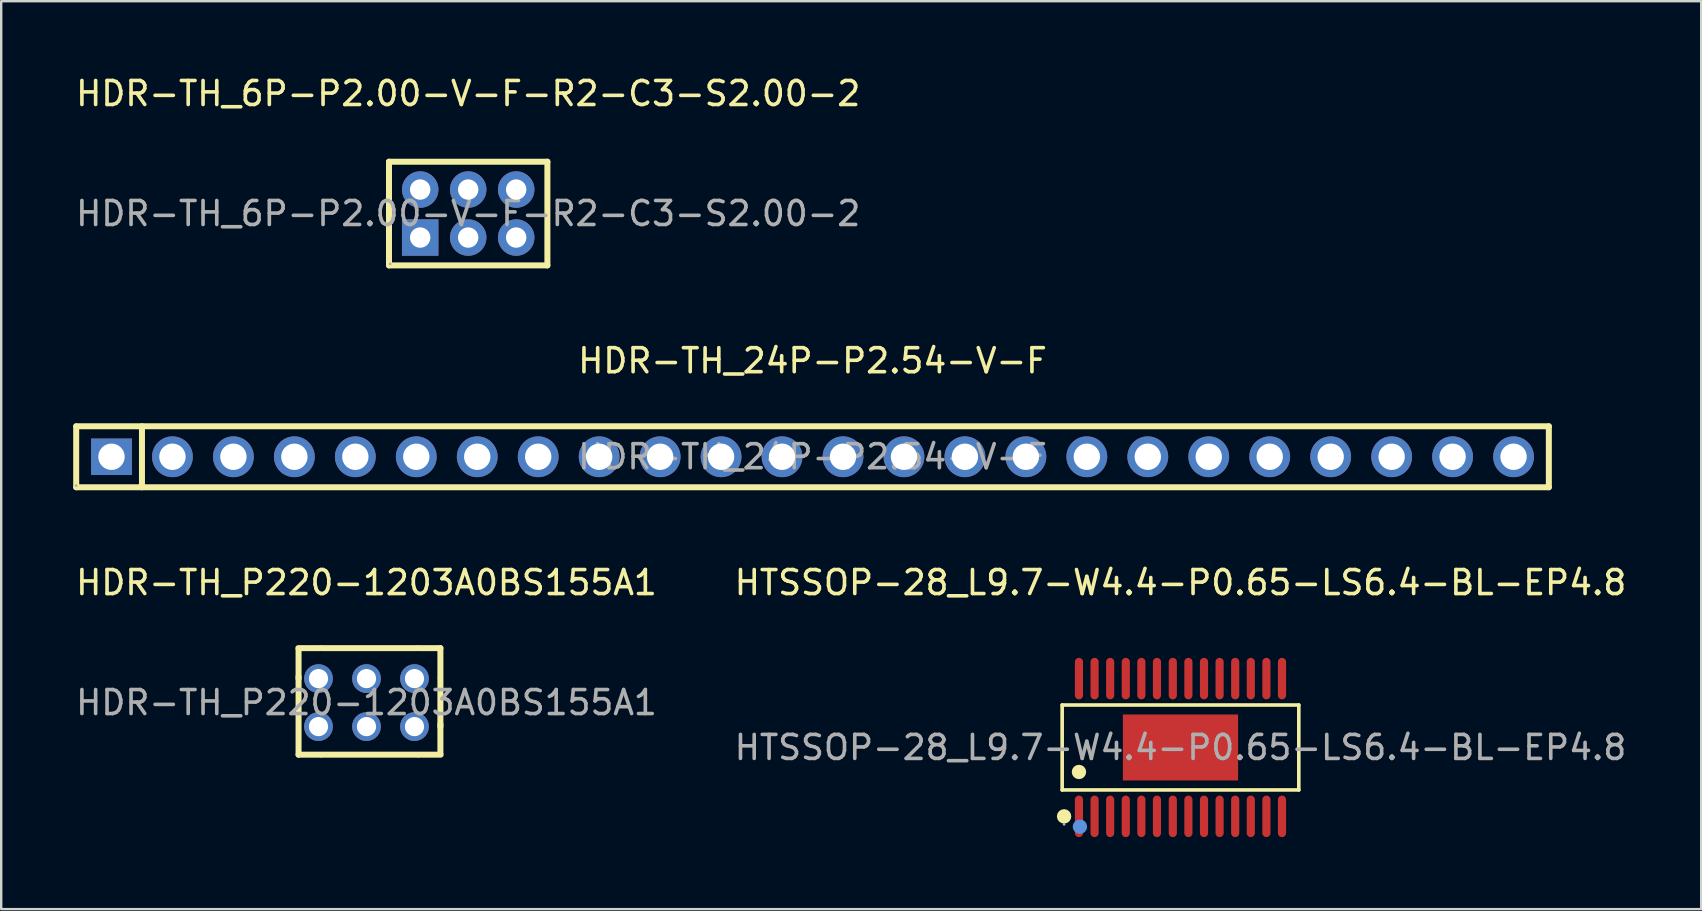
<source format=kicad_pcb>
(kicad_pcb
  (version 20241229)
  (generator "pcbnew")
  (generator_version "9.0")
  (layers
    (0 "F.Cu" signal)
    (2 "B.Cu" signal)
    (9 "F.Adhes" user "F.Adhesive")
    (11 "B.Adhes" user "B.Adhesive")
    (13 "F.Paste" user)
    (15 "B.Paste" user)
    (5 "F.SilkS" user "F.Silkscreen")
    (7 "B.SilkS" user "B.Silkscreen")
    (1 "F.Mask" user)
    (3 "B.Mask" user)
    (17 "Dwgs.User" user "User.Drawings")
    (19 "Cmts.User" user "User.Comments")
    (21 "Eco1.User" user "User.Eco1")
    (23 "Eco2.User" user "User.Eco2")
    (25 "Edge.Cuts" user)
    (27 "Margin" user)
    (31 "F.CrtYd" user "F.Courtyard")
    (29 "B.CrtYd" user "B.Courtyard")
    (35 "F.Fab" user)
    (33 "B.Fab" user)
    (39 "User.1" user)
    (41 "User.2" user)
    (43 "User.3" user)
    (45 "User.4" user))
  (footprint "HDR-TH_24P-P2.54-V-F"
    (layer "F.Cu")
    (at 30.805 15.982)
    (property "Reference" "HDR-TH_24P-P2.54-V-F" (at 0 -4 0) (layer "F.SilkS") (effects (font (size 1 1) (thickness 0.15))))
    (attr through_hole)
    (fp_line (start -30.68 -1.27) (end -30.68 1.27) (stroke (width 0.25) (type solid)) (layer "F.SilkS"))
    (fp_line (start -30.68 -1.27) (end 30.68 -1.27) (stroke (width 0.25) (type solid)) (layer "F.SilkS"))
    (fp_line (start -30.68 1.27) (end 30.68 1.27) (stroke (width 0.25) (type solid)) (layer "F.SilkS"))
    (fp_line (start -27.94 -1.27) (end -27.94 1.27) (stroke (width 0.25) (type solid)) (layer "F.SilkS"))
    (fp_line (start 30.68 -1.27) (end 30.68 1.27) (stroke (width 0.25) (type solid)) (layer "F.SilkS"))
    (fp_circle (center -30.68 1.2) (end -30.65 1.2) (stroke (width 0.06) (type solid)) (fill no) (layer "F.Fab"))
    (fp_text user "${REFERENCE}" (at 0 0 0) (layer "F.Fab") (effects (font (size 1 1) (thickness 0.15))))
    (pad "1" thru_hole rect (at -29.21 0) (size 1.7 1.52) (drill 1.1) (layers "*.Cu" "*.Mask"))
    (pad "2" thru_hole circle (at -26.67 0) (size 1.7 1.7) (drill 1.1) (layers "*.Cu" "*.Mask"))
    (pad "3" thru_hole circle (at -24.13 0) (size 1.7 1.7) (drill 1.1) (layers "*.Cu" "*.Mask"))
    (pad "4" thru_hole circle (at -21.59 0) (size 1.7 1.7) (drill 1.1) (layers "*.Cu" "*.Mask"))
    (pad "5" thru_hole circle (at -19.05 0) (size 1.7 1.7) (drill 1.1) (layers "*.Cu" "*.Mask"))
    (pad "6" thru_hole circle (at -16.51 0) (size 1.7 1.7) (drill 1.1) (layers "*.Cu" "*.Mask"))
    (pad "7" thru_hole circle (at -13.97 0) (size 1.7 1.7) (drill 1.1) (layers "*.Cu" "*.Mask"))
    (pad "8" thru_hole circle (at -11.43 0) (size 1.7 1.7) (drill 1.1) (layers "*.Cu" "*.Mask"))
    (pad "9" thru_hole circle (at -8.89 0) (size 1.7 1.7) (drill 1.1) (layers "*.Cu" "*.Mask"))
    (pad "10" thru_hole circle (at -6.35 0) (size 1.7 1.7) (drill 1.1) (layers "*.Cu" "*.Mask"))
    (pad "11" thru_hole circle (at -3.81 0) (size 1.7 1.7) (drill 1.1) (layers "*.Cu" "*.Mask"))
    (pad "12" thru_hole circle (at -1.27 0) (size 1.7 1.7) (drill 1.1) (layers "*.Cu" "*.Mask"))
    (pad "13" thru_hole circle (at 1.27 0) (size 1.7 1.7) (drill 1.1) (layers "*.Cu" "*.Mask"))
    (pad "14" thru_hole circle (at 3.81 0) (size 1.7 1.7) (drill 1.1) (layers "*.Cu" "*.Mask"))
    (pad "15" thru_hole circle (at 6.35 0) (size 1.7 1.7) (drill 1.1) (layers "*.Cu" "*.Mask"))
    (pad "16" thru_hole circle (at 8.89 0) (size 1.7 1.7) (drill 1.1) (layers "*.Cu" "*.Mask"))
    (pad "17" thru_hole circle (at 11.43 0) (size 1.7 1.7) (drill 1.1) (layers "*.Cu" "*.Mask"))
    (pad "18" thru_hole circle (at 13.97 0) (size 1.7 1.7) (drill 1.1) (layers "*.Cu" "*.Mask"))
    (pad "19" thru_hole circle (at 16.51 0) (size 1.7 1.7) (drill 1.1) (layers "*.Cu" "*.Mask"))
    (pad "20" thru_hole circle (at 19.05 0) (size 1.7 1.7) (drill 1.1) (layers "*.Cu" "*.Mask"))
    (pad "21" thru_hole circle (at 21.59 0) (size 1.7 1.7) (drill 1.1) (layers "*.Cu" "*.Mask"))
    (pad "22" thru_hole circle (at 24.13 0) (size 1.7 1.7) (drill 1.1) (layers "*.Cu" "*.Mask"))
    (pad "23" thru_hole circle (at 26.67 0) (size 1.7 1.7) (drill 1.1) (layers "*.Cu" "*.Mask"))
    (pad "24" thru_hole circle (at 29.21 0) (size 1.7 1.7) (drill 1.1) (layers "*.Cu" "*.Mask")))
  (footprint "HDR-TH_6P-P2.00-V-F-R2-C3-S2.00-2"
    (layer "F.Cu")
    (at 16.458 5.848)
    (property "Reference" "HDR-TH_6P-P2.00-V-F-R2-C3-S2.00-2" (at 0 -5 0) (layer "F.SilkS") (effects (font (size 1 1) (thickness 0.15))))
    (attr through_hole)
    (fp_line (start -3.3 -2.16) (end 3.3 -2.16) (stroke (width 0.25) (type solid)) (layer "F.SilkS"))
    (fp_line (start -3.3 2.16) (end -3.3 -2.16) (stroke (width 0.25) (type solid)) (layer "F.SilkS"))
    (fp_line (start 3.3 -2.16) (end 3.3 2.16) (stroke (width 0.25) (type solid)) (layer "F.SilkS"))
    (fp_line (start 3.3 2.16) (end -3.3 2.16) (stroke (width 0.25) (type solid)) (layer "F.SilkS"))
    (fp_circle (center -3.25 2.1) (end -3.22 2.1) (stroke (width 0.06) (type solid)) (fill no) (layer "F.Fab"))
    (fp_circle (center -2 -1) (end -1.81 -1) (stroke (width 0.38) (type solid)) (fill no) (layer "F.Fab"))
    (fp_circle (center -2 1) (end -1.81 1) (stroke (width 0.38) (type solid)) (fill no) (layer "F.Fab"))
    (fp_circle (center 0 -1) (end 0.19 -1) (stroke (width 0.38) (type solid)) (fill no) (layer "F.Fab"))
    (fp_circle (center 0 1) (end 0.19 1) (stroke (width 0.38) (type solid)) (fill no) (layer "F.Fab"))
    (fp_circle (center 2 -1) (end 2.19 -1) (stroke (width 0.38) (type solid)) (fill no) (layer "F.Fab"))
    (fp_circle (center 2 1) (end 2.19 1) (stroke (width 0.38) (type solid)) (fill no) (layer "F.Fab"))
    (fp_text user "${REFERENCE}" (at 0 0 0) (layer "F.Fab") (effects (font (size 1 1) (thickness 0.15))))
    (pad "1" thru_hole rect (at -2 1) (size 1.52 1.52) (drill 0.85) (layers "*.Cu" "*.Mask"))
    (pad "2" thru_hole circle (at -2 -1) (size 1.52 1.52) (drill 0.85) (layers "*.Cu" "*.Mask"))
    (pad "3" thru_hole circle (at 0 1) (size 1.52 1.52) (drill 0.85) (layers "*.Cu" "*.Mask"))
    (pad "4" thru_hole circle (at 0 -1) (size 1.52 1.52) (drill 0.85) (layers "*.Cu" "*.Mask"))
    (pad "5" thru_hole circle (at 2 1) (size 1.52 1.52) (drill 0.85) (layers "*.Cu" "*.Mask"))
    (pad "6" thru_hole circle (at 2 -1) (size 1.52 1.52) (drill 0.85) (layers "*.Cu" "*.Mask")))
  (footprint "HDR-TH_P220-1203A0BS155A1"
    (layer "F.Cu")
    (at 12.22 26.225)
    (property "Reference" "HDR-TH_P220-1203A0BS155A1" (at 0 -5 0) (layer "F.SilkS") (effects (font (size 1 1) (thickness 0.15))))
    (attr through_hole)
    (fp_line (start -2.83 -1) (end -2.83 -2.2) (stroke (width 0.25) (type solid)) (layer "F.SilkS"))
    (fp_line (start -2.83 0.9) (end -2.83 -1.09) (stroke (width 0.25) (type solid)) (layer "F.SilkS"))
    (fp_line (start -2.83 2.17) (end -2.83 0.98) (stroke (width 0.25) (type solid)) (layer "F.SilkS"))
    (fp_line (start -1.94 -2.27) (end -2.84 -2.27) (stroke (width 0.25) (type solid)) (layer "F.SilkS"))
    (fp_line (start -1.93 2.17) (end -2.83 2.17) (stroke (width 0.25) (type solid)) (layer "F.SilkS"))
    (fp_line (start -1.87 2.17) (end 2.13 2.17) (stroke (width 0.25) (type solid)) (layer "F.SilkS"))
    (fp_line (start 2.12 -2.27) (end -1.88 -2.27) (stroke (width 0.25) (type solid)) (layer "F.SilkS"))
    (fp_line (start 2.18 -2.27) (end 3.08 -2.27) (stroke (width 0.25) (type solid)) (layer "F.SilkS"))
    (fp_line (start 2.19 2.17) (end 3.09 2.17) (stroke (width 0.25) (type solid)) (layer "F.SilkS"))
    (fp_line (start 3.08 -2.27) (end 3.08 -1.07) (stroke (width 0.25) (type solid)) (layer "F.SilkS"))
    (fp_line (start 3.08 -1) (end 3.08 1) (stroke (width 0.25) (type solid)) (layer "F.SilkS"))
    (fp_line (start 3.08 0.9) (end 3.08 2.1) (stroke (width 0.25) (type solid)) (layer "F.SilkS"))
    (fp_text user "${REFERENCE}" (at 0 0 0) (layer "F.Fab") (effects (font (size 1 1) (thickness 0.15))))
    (pad "1" thru_hole circle (at -2 1) (size 1.2 1.2) (drill 0.8) (layers "*.Cu" "*.Mask"))
    (pad "2" thru_hole circle (at -2 -1) (size 1.2 1.2) (drill 0.8) (layers "*.Cu" "*.Mask"))
    (pad "3" thru_hole circle (at 0 1) (size 1.2 1.2) (drill 0.8) (layers "*.Cu" "*.Mask"))
    (pad "4" thru_hole circle (at 0 -1) (size 1.2 1.2) (drill 0.8) (layers "*.Cu" "*.Mask"))
    (pad "5" thru_hole circle (at 2 1) (size 1.2 1.2) (drill 0.8) (layers "*.Cu" "*.Mask"))
    (pad "6" thru_hole circle (at 2 -1) (size 1.2 1.2) (drill 0.8) (layers "*.Cu" "*.Mask")))
  (footprint "HTSSOP-28_L9.7-W4.4-P0.65-LS6.4-BL-EP4.8"
    (layer "F.Cu")
    (at 46.137 28.095)
    (property "Reference" "HTSSOP-28_L9.7-W4.4-P0.65-LS6.4-BL-EP4.8" (at 0 -6.87 0) (layer "F.SilkS") (effects (font (size 1 1) (thickness 0.15))))
    (attr smd)
    (fp_line (start -4.93 -1.77) (end 4.93 -1.77) (stroke (width 0.15) (type solid)) (layer "F.SilkS"))
    (fp_line (start -4.93 1.77) (end -4.93 -1.77) (stroke (width 0.15) (type solid)) (layer "F.SilkS"))
    (fp_line (start 4.93 -1.77) (end 4.93 1.77) (stroke (width 0.15) (type solid)) (layer "F.SilkS"))
    (fp_line (start 4.93 1.77) (end -4.93 1.77) (stroke (width 0.15) (type solid)) (layer "F.SilkS"))
    (fp_circle (center -4.85 2.87) (end -4.7 2.87) (stroke (width 0.3) (type solid)) (fill no) (layer "F.SilkS"))
    (fp_circle (center -4.23 1.02) (end -4.08 1.02) (stroke (width 0.3) (type solid)) (fill no) (layer "F.SilkS"))
    (fp_circle (center -4.19 3.3) (end -4.04 3.3) (stroke (width 0.3) (type solid)) (fill no) (layer "Cmts.User"))
    (fp_circle (center -4.85 3.2) (end -4.82 3.2) (stroke (width 0.06) (type solid)) (fill no) (layer "F.Fab"))
    (fp_text user "${REFERENCE}" (at 0 0 0) (layer "F.Fab") (effects (font (size 1 1) (thickness 0.15))))
    (pad "1" smd oval (at -4.23 2.87) (size 0.34 1.73) (layers "F.Cu" "F.Mask" "F.Paste"))
    (pad "2" smd oval (at -3.58 2.87) (size 0.34 1.73) (layers "F.Cu" "F.Mask" "F.Paste"))
    (pad "3" smd oval (at -2.93 2.87) (size 0.34 1.73) (layers "F.Cu" "F.Mask" "F.Paste"))
    (pad "4" smd oval (at -2.28 2.87) (size 0.34 1.73) (layers "F.Cu" "F.Mask" "F.Paste"))
    (pad "5" smd oval (at -1.63 2.87) (size 0.34 1.73) (layers "F.Cu" "F.Mask" "F.Paste"))
    (pad "6" smd oval (at -0.98 2.87) (size 0.34 1.73) (layers "F.Cu" "F.Mask" "F.Paste"))
    (pad "7" smd oval (at -0.32 2.87) (size 0.34 1.73) (layers "F.Cu" "F.Mask" "F.Paste"))
    (pad "8" smd oval (at 0.33 2.87) (size 0.34 1.73) (layers "F.Cu" "F.Mask" "F.Paste"))
    (pad "9" smd oval (at 0.98 2.87) (size 0.34 1.73) (layers "F.Cu" "F.Mask" "F.Paste"))
    (pad "10" smd oval (at 1.63 2.87) (size 0.34 1.73) (layers "F.Cu" "F.Mask" "F.Paste"))
    (pad "11" smd oval (at 2.28 2.87) (size 0.34 1.73) (layers "F.Cu" "F.Mask" "F.Paste"))
    (pad "12" smd oval (at 2.93 2.87) (size 0.34 1.73) (layers "F.Cu" "F.Mask" "F.Paste"))
    (pad "13" smd oval (at 3.58 2.87) (size 0.34 1.73) (layers "F.Cu" "F.Mask" "F.Paste"))
    (pad "14" smd oval (at 4.23 2.87) (size 0.34 1.73) (layers "F.Cu" "F.Mask" "F.Paste"))
    (pad "15" smd oval (at 4.23 -2.87) (size 0.34 1.73) (layers "F.Cu" "F.Mask" "F.Paste"))
    (pad "16" smd oval (at 3.58 -2.87) (size 0.34 1.73) (layers "F.Cu" "F.Mask" "F.Paste"))
    (pad "17" smd oval (at 2.93 -2.87) (size 0.34 1.73) (layers "F.Cu" "F.Mask" "F.Paste"))
    (pad "18" smd oval (at 2.28 -2.87) (size 0.34 1.73) (layers "F.Cu" "F.Mask" "F.Paste"))
    (pad "19" smd oval (at 1.63 -2.87) (size 0.34 1.73) (layers "F.Cu" "F.Mask" "F.Paste"))
    (pad "20" smd oval (at 0.98 -2.87) (size 0.34 1.73) (layers "F.Cu" "F.Mask" "F.Paste"))
    (pad "21" smd oval (at 0.33 -2.87) (size 0.34 1.73) (layers "F.Cu" "F.Mask" "F.Paste"))
    (pad "22" smd oval (at -0.32 -2.87) (size 0.34 1.73) (layers "F.Cu" "F.Mask" "F.Paste"))
    (pad "23" smd oval (at -0.98 -2.87) (size 0.34 1.73) (layers "F.Cu" "F.Mask" "F.Paste"))
    (pad "24" smd oval (at -1.63 -2.87) (size 0.34 1.73) (layers "F.Cu" "F.Mask" "F.Paste"))
    (pad "25" smd oval (at -2.28 -2.87) (size 0.34 1.73) (layers "F.Cu" "F.Mask" "F.Paste"))
    (pad "26" smd oval (at -2.93 -2.87) (size 0.34 1.73) (layers "F.Cu" "F.Mask" "F.Paste"))
    (pad "27" smd oval (at -3.58 -2.87) (size 0.34 1.73) (layers "F.Cu" "F.Mask" "F.Paste"))
    (pad "28" smd oval (at -4.23 -2.87) (size 0.34 1.73) (layers "F.Cu" "F.Mask" "F.Paste"))
    (pad "29" smd rect (at 0 0) (size 4.8 2.75) (layers "F.Cu" "F.Mask" "F.Paste")))
  (gr_rect
    (start -3 -3)
    (end 67.833 34.83)
    (stroke (width 0.1) (type default))
    (fill no)
    (layer "Edge.Cuts")))
</source>
